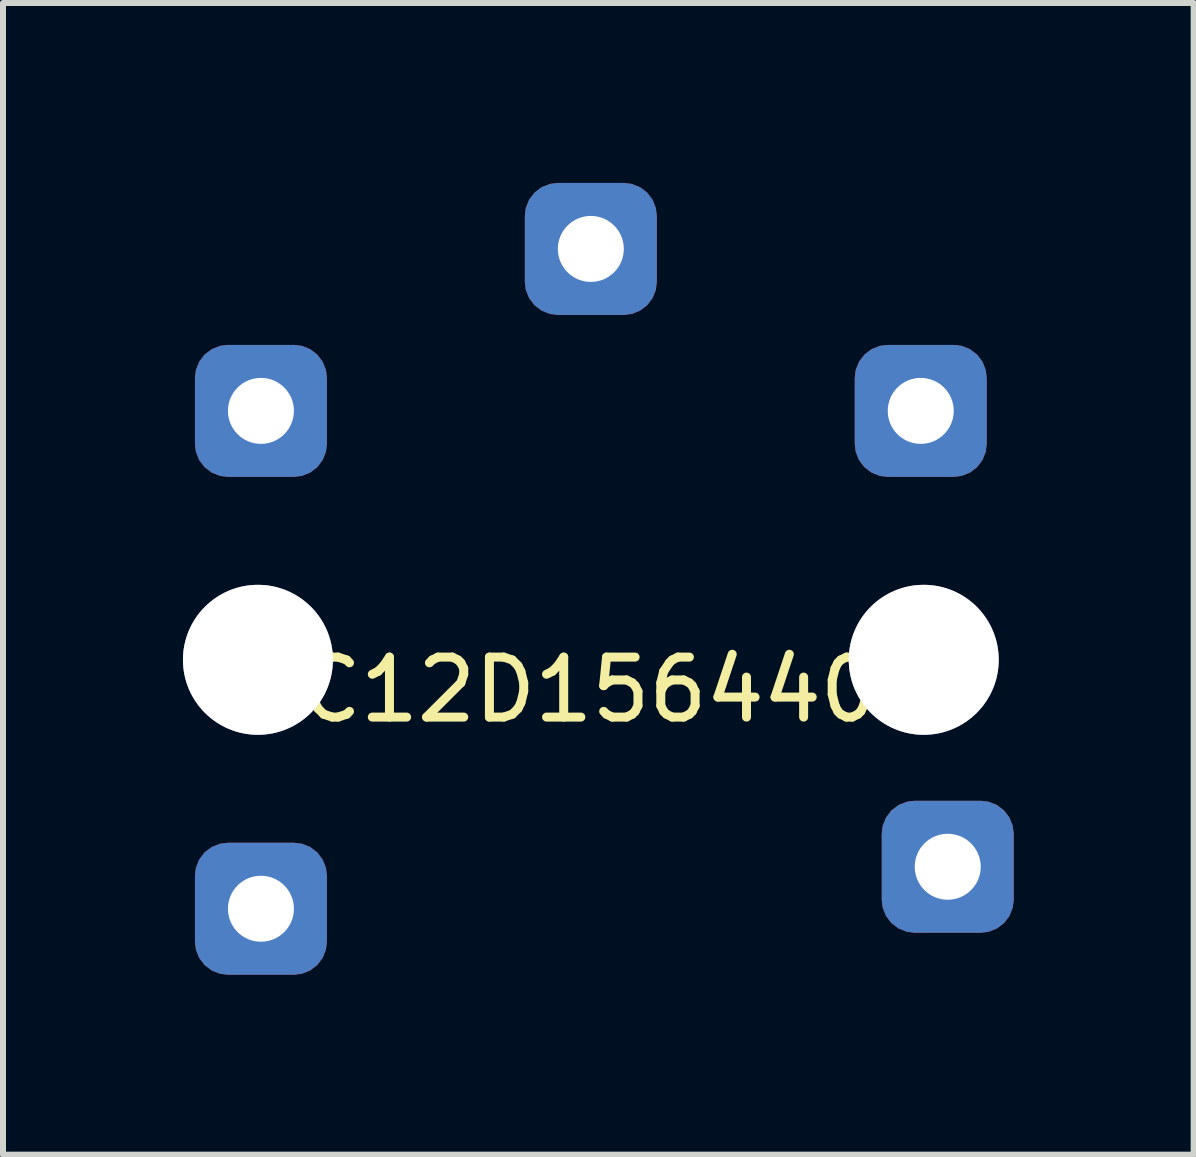
<source format=kicad_pcb>
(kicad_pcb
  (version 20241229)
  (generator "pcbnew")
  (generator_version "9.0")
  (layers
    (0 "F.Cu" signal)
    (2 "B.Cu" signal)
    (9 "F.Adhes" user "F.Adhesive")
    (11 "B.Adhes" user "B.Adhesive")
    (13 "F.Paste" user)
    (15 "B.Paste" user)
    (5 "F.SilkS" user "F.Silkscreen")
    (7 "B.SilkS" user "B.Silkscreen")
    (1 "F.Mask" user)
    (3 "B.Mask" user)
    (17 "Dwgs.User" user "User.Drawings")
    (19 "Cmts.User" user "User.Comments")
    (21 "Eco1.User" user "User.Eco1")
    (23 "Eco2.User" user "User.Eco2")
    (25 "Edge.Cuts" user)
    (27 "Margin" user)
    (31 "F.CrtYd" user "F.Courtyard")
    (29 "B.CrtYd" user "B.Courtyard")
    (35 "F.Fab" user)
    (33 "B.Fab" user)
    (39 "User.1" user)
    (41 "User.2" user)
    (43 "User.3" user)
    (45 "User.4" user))
  (footprint "EC12D1564404"
    (layer "F.Cu")
    (at 6.8 7.95)
    (property "Reference" "EC12D1564404" (at 0 0.5 0) (layer "F.SilkS") (effects (font (size 1 1) (thickness 0.15))))
    (attr through_hole)
    (pad "1" thru_hole circle (at -5.55 0) (size 2.5 2.5) (drill 2.5) (layers "*.Cu" "*.Mask"))
    (pad "2" thru_hole circle (at 5.55 0) (size 2.5 2.5) (drill 2.5) (layers "*.Cu" "*.Mask"))
    (pad "3" thru_hole roundrect (at 0 -6.85) (size 2.2 2.2) (drill 1.1) (layers "*.Cu" "*.Mask") (roundrect_rratio 0.25))
    (pad "4" thru_hole roundrect (at -5.5 -4.15) (size 2.2 2.2) (drill 1.1) (layers "*.Cu" "*.Mask") (roundrect_rratio 0.25))
    (pad "4" thru_hole roundrect (at -5.5 4.15) (size 2.2 2.2) (drill 1.1) (layers "*.Cu" "*.Mask") (roundrect_rratio 0.25))
    (pad "4" thru_hole roundrect (at 5.5 -4.15) (size 2.2 2.2) (drill 1.1) (layers "*.Cu" "*.Mask") (roundrect_rratio 0.25))
    (pad "4" thru_hole roundrect (at 5.95 3.45) (size 2.2 2.2) (drill 1.1) (layers "*.Cu" "*.Mask") (roundrect_rratio 0.25)))
  (gr_rect
    (start -3 -3)
    (end 16.85 16.2)
    (stroke (width 0.1) (type default))
    (fill no)
    (layer "Edge.Cuts")))
</source>
